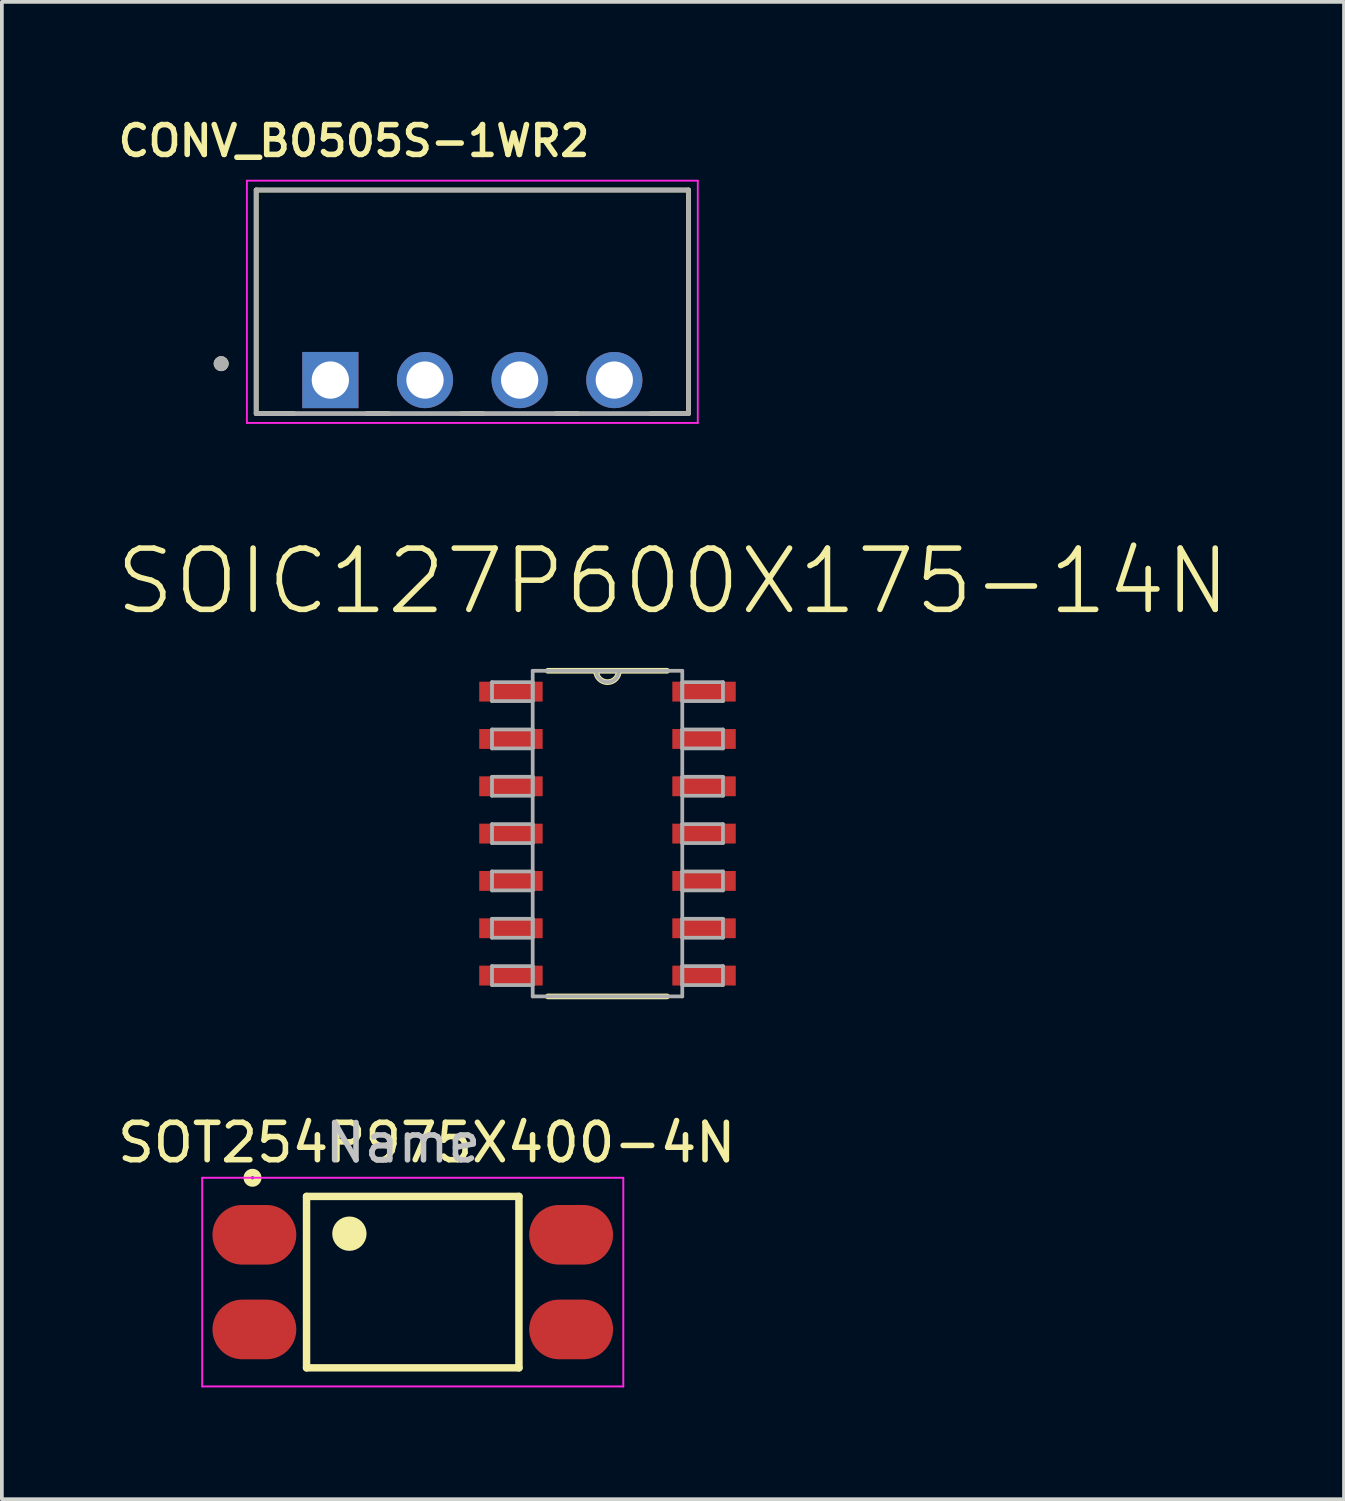
<source format=kicad_pcb>
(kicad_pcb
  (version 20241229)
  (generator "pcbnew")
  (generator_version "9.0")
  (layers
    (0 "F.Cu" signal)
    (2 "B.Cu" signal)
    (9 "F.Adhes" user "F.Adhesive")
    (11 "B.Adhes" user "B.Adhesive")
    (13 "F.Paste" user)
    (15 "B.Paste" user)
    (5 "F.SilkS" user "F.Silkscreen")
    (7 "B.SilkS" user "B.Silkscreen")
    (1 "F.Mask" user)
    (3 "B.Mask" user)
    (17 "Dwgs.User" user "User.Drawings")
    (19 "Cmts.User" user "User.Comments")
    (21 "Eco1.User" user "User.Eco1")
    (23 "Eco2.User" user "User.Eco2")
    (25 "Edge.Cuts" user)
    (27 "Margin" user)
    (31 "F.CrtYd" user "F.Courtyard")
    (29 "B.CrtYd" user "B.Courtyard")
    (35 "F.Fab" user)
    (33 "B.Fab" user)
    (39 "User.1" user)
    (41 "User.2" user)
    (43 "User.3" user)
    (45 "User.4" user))
  (footprint "CONV_B0505S-1WR2"
    (layer "F.Cu")
    (at 9.625 5.049)
    (property "Reference" "CONV_B0505S-1WR2" (at -3.175 -4.318 0) (layer "F.SilkS") (effects (font (size 0.8 0.8) (thickness 0.15))))
    (attr through_hole)
    (fp_line (start -5.8 -3) (end -5.8 3) (stroke (width 0.127) (type solid)) (layer "F.SilkS"))
    (fp_line (start -5.8 3) (end -4.785 3) (stroke (width 0.127) (type solid)) (layer "F.SilkS"))
    (fp_line (start -2.835 3) (end -2.245 3) (stroke (width 0.127) (type solid)) (layer "F.SilkS"))
    (fp_line (start -0.295 3) (end 0.295 3) (stroke (width 0.127) (type solid)) (layer "F.SilkS"))
    (fp_line (start 2.245 3) (end 2.835 3) (stroke (width 0.127) (type solid)) (layer "F.SilkS"))
    (fp_line (start 4.785 3) (end 5.8 3) (stroke (width 0.127) (type solid)) (layer "F.SilkS"))
    (fp_line (start 5.8 -3) (end -5.8 -3) (stroke (width 0.127) (type solid)) (layer "F.SilkS"))
    (fp_line (start 5.8 3) (end 5.8 -3) (stroke (width 0.127) (type solid)) (layer "F.SilkS"))
    (fp_circle (center -6.74 1.66) (end -6.64 1.66) (stroke (width 0.2) (type solid)) (fill no) (layer "F.SilkS"))
    (fp_line (start -6.05 -3.25) (end 6.05 -3.25) (stroke (width 0.05) (type solid)) (layer "F.CrtYd"))
    (fp_line (start -6.05 3.25) (end -6.05 -3.25) (stroke (width 0.05) (type solid)) (layer "F.CrtYd"))
    (fp_line (start 6.05 -3.25) (end 6.05 3.25) (stroke (width 0.05) (type solid)) (layer "F.CrtYd"))
    (fp_line (start 6.05 3.25) (end -6.05 3.25) (stroke (width 0.05) (type solid)) (layer "F.CrtYd"))
    (fp_line (start -5.8 -3) (end -5.8 3) (stroke (width 0.127) (type solid)) (layer "F.Fab"))
    (fp_line (start -5.8 3) (end 5.8 3) (stroke (width 0.127) (type solid)) (layer "F.Fab"))
    (fp_line (start 5.8 -3) (end -5.8 -3) (stroke (width 0.127) (type solid)) (layer "F.Fab"))
    (fp_line (start 5.8 3) (end 5.8 -3) (stroke (width 0.127) (type solid)) (layer "F.Fab"))
    (fp_circle (center -6.74 1.66) (end -6.64 1.66) (stroke (width 0.2) (type solid)) (fill no) (layer "F.Fab"))
    (pad "1" thru_hole rect (at -3.81 2.1) (size 1.508 1.508) (drill 1) (layers "*.Cu" "*.Mask"))
    (pad "2" thru_hole circle (at -1.27 2.1) (size 1.508 1.508) (drill 1) (layers "*.Cu" "*.Mask"))
    (pad "3" thru_hole circle (at 1.27 2.1) (size 1.508 1.508) (drill 1) (layers "*.Cu" "*.Mask"))
    (pad "4" thru_hole circle (at 3.81 2.1) (size 1.508 1.508) (drill 1) (layers "*.Cu" "*.Mask")))
  (footprint "SOT254P975X400-4N"
    (layer "F.Cu")
    (at 8.026 31.356)
    (property "Reference" "SOT254P975X400-4N" (at 0.376 -3.742 0) (layer "F.SilkS") (effects (font (size 1.002 1.002) (thickness 0.15))))
    (attr through_hole)
    (fp_line (start -2.85 -2.3) (end 2.85 -2.3) (stroke (width 0.2) (type solid)) (layer "F.SilkS"))
    (fp_line (start -2.85 2.3) (end -2.85 -2.3) (stroke (width 0.2) (type solid)) (layer "F.SilkS"))
    (fp_line (start 2.85 -2.3) (end 2.85 2.3) (stroke (width 0.2) (type solid)) (layer "F.SilkS"))
    (fp_line (start 2.85 2.3) (end -2.85 2.3) (stroke (width 0.2) (type solid)) (layer "F.SilkS"))
    (fp_circle (center -4.3 -2.8) (end -4.159 -2.8) (stroke (width 0.2) (type solid)) (fill no) (layer "F.SilkS"))
    (fp_circle (center -1.7 -1.3) (end -1.339 -1.3) (stroke (width 0.2) (type solid)) (fill no) (layer "F.SilkS"))
    (fp_poly (pts (xy -2.001 -1.6) (xy -1.4 -1.6) (xy -1.4 -1.001) (xy -2.001 -1.001)) (stroke (width 0.01) (type solid)) (fill yes) (layer "F.SilkS"))
    (fp_line (start -5.65 -2.8) (end 5.65 -2.8) (stroke (width 0.052) (type solid)) (layer "F.CrtYd"))
    (fp_line (start -5.65 2.8) (end -5.65 -2.8) (stroke (width 0.052) (type solid)) (layer "F.CrtYd"))
    (fp_line (start 5.65 -2.8) (end 5.65 2.8) (stroke (width 0.052) (type solid)) (layer "F.CrtYd"))
    (fp_line (start 5.65 2.8) (end -5.65 2.8) (stroke (width 0.052) (type solid)) (layer "F.CrtYd"))
    (fp_text user "Name" (at -0.26 -3.737 0) (layer "Dwgs.User") (effects (font (size 1.001 1.001) (thickness 0.15))))
    (pad "1" smd oval (at -4.25 -1.27) (size 2.25 1.6) (layers "F.Cu" "F.Mask" "F.Paste"))
    (pad "2" smd oval (at -4.25 1.27) (size 2.25 1.6) (layers "F.Cu" "F.Mask" "F.Paste"))
    (pad "3" smd oval (at 4.25 1.27) (size 2.25 1.6) (layers "F.Cu" "F.Mask" "F.Paste"))
    (pad "4" smd oval (at 4.25 -1.27) (size 2.25 1.6) (layers "F.Cu" "F.Mask" "F.Paste")))
  (footprint "SOIC127P600X175-14N"
    (layer "F.Cu")
    (at 13.252 19.32)
    (property "Reference" "SOIC127P600X175-14N" (at 1.756 -6.771 0) (layer "F.SilkS") (effects (font (size 1.643 1.643) (thickness 0.15))))
    (attr through_hole)
    (fp_line (start -1.6 4.369) (end 1.6 4.369) (stroke (width 0.152) (type solid)) (layer "F.SilkS"))
    (fp_line (start -0.305 -4.369) (end -1.6 -4.369) (stroke (width 0.152) (type solid)) (layer "F.SilkS"))
    (fp_line (start 0.305 -4.369) (end -0.305 -4.369) (stroke (width 0.152) (type solid)) (layer "F.SilkS"))
    (fp_line (start 1.6 -4.369) (end 0.305 -4.369) (stroke (width 0.152) (type solid)) (layer "F.SilkS"))
    (fp_arc (start 0.3048 -4.3688) (mid 0 -4.064) (end -0.3048 -4.3688) (stroke (width 0.1524) (type solid)) (layer "F.SilkS"))
    (fp_line (start -3.099 -4.064) (end -3.099 -3.556) (stroke (width 0.1) (type solid)) (layer "F.Fab"))
    (fp_line (start -3.099 -3.556) (end -2.007 -3.556) (stroke (width 0.1) (type solid)) (layer "F.Fab"))
    (fp_line (start -3.099 -2.794) (end -3.099 -2.286) (stroke (width 0.1) (type solid)) (layer "F.Fab"))
    (fp_line (start -3.099 -2.286) (end -2.007 -2.286) (stroke (width 0.1) (type solid)) (layer "F.Fab"))
    (fp_line (start -3.099 -1.524) (end -3.099 -1.016) (stroke (width 0.1) (type solid)) (layer "F.Fab"))
    (fp_line (start -3.099 -1.016) (end -2.007 -1.016) (stroke (width 0.1) (type solid)) (layer "F.Fab"))
    (fp_line (start -3.099 -0.254) (end -3.099 0.254) (stroke (width 0.1) (type solid)) (layer "F.Fab"))
    (fp_line (start -3.099 0.254) (end -2.007 0.254) (stroke (width 0.1) (type solid)) (layer "F.Fab"))
    (fp_line (start -3.099 1.016) (end -3.099 1.524) (stroke (width 0.1) (type solid)) (layer "F.Fab"))
    (fp_line (start -3.099 1.524) (end -2.007 1.524) (stroke (width 0.1) (type solid)) (layer "F.Fab"))
    (fp_line (start -3.099 2.286) (end -3.099 2.794) (stroke (width 0.1) (type solid)) (layer "F.Fab"))
    (fp_line (start -3.099 2.794) (end -2.007 2.794) (stroke (width 0.1) (type solid)) (layer "F.Fab"))
    (fp_line (start -3.099 3.556) (end -3.099 4.064) (stroke (width 0.1) (type solid)) (layer "F.Fab"))
    (fp_line (start -3.099 4.064) (end -2.007 4.064) (stroke (width 0.1) (type solid)) (layer "F.Fab"))
    (fp_line (start -2.007 -4.369) (end -2.007 4.369) (stroke (width 0.1) (type solid)) (layer "F.Fab"))
    (fp_line (start -2.007 -4.064) (end -3.099 -4.064) (stroke (width 0.1) (type solid)) (layer "F.Fab"))
    (fp_line (start -2.007 -3.556) (end -2.007 -4.064) (stroke (width 0.1) (type solid)) (layer "F.Fab"))
    (fp_line (start -2.007 -2.794) (end -3.099 -2.794) (stroke (width 0.1) (type solid)) (layer "F.Fab"))
    (fp_line (start -2.007 -2.286) (end -2.007 -2.794) (stroke (width 0.1) (type solid)) (layer "F.Fab"))
    (fp_line (start -2.007 -1.524) (end -3.099 -1.524) (stroke (width 0.1) (type solid)) (layer "F.Fab"))
    (fp_line (start -2.007 -1.016) (end -2.007 -1.524) (stroke (width 0.1) (type solid)) (layer "F.Fab"))
    (fp_line (start -2.007 -0.254) (end -3.099 -0.254) (stroke (width 0.1) (type solid)) (layer "F.Fab"))
    (fp_line (start -2.007 0.254) (end -2.007 -0.254) (stroke (width 0.1) (type solid)) (layer "F.Fab"))
    (fp_line (start -2.007 1.016) (end -3.099 1.016) (stroke (width 0.1) (type solid)) (layer "F.Fab"))
    (fp_line (start -2.007 1.524) (end -2.007 1.016) (stroke (width 0.1) (type solid)) (layer "F.Fab"))
    (fp_line (start -2.007 2.286) (end -3.099 2.286) (stroke (width 0.1) (type solid)) (layer "F.Fab"))
    (fp_line (start -2.007 2.794) (end -2.007 2.286) (stroke (width 0.1) (type solid)) (layer "F.Fab"))
    (fp_line (start -2.007 3.556) (end -3.099 3.556) (stroke (width 0.1) (type solid)) (layer "F.Fab"))
    (fp_line (start -2.007 4.064) (end -2.007 3.556) (stroke (width 0.1) (type solid)) (layer "F.Fab"))
    (fp_line (start -2.007 4.369) (end 2.007 4.369) (stroke (width 0.1) (type solid)) (layer "F.Fab"))
    (fp_line (start -0.305 -4.369) (end -2.007 -4.369) (stroke (width 0.1) (type solid)) (layer "F.Fab"))
    (fp_line (start 0.305 -4.369) (end -0.305 -4.369) (stroke (width 0.1) (type solid)) (layer "F.Fab"))
    (fp_line (start 2.007 -4.369) (end 0.305 -4.369) (stroke (width 0.1) (type solid)) (layer "F.Fab"))
    (fp_line (start 2.007 -4.064) (end 2.007 -3.556) (stroke (width 0.1) (type solid)) (layer "F.Fab"))
    (fp_line (start 2.007 -3.556) (end 3.099 -3.556) (stroke (width 0.1) (type solid)) (layer "F.Fab"))
    (fp_line (start 2.007 -2.794) (end 2.007 -2.286) (stroke (width 0.1) (type solid)) (layer "F.Fab"))
    (fp_line (start 2.007 -2.286) (end 3.099 -2.286) (stroke (width 0.1) (type solid)) (layer "F.Fab"))
    (fp_line (start 2.007 -1.524) (end 2.007 -1.016) (stroke (width 0.1) (type solid)) (layer "F.Fab"))
    (fp_line (start 2.007 -1.016) (end 3.099 -1.016) (stroke (width 0.1) (type solid)) (layer "F.Fab"))
    (fp_line (start 2.007 -0.254) (end 2.007 0.254) (stroke (width 0.1) (type solid)) (layer "F.Fab"))
    (fp_line (start 2.007 0.254) (end 3.099 0.254) (stroke (width 0.1) (type solid)) (layer "F.Fab"))
    (fp_line (start 2.007 1.016) (end 2.007 1.524) (stroke (width 0.1) (type solid)) (layer "F.Fab"))
    (fp_line (start 2.007 1.524) (end 3.099 1.524) (stroke (width 0.1) (type solid)) (layer "F.Fab"))
    (fp_line (start 2.007 2.286) (end 2.007 2.794) (stroke (width 0.1) (type solid)) (layer "F.Fab"))
    (fp_line (start 2.007 2.794) (end 3.099 2.794) (stroke (width 0.1) (type solid)) (layer "F.Fab"))
    (fp_line (start 2.007 3.556) (end 2.007 4.064) (stroke (width 0.1) (type solid)) (layer "F.Fab"))
    (fp_line (start 2.007 4.064) (end 3.099 4.064) (stroke (width 0.1) (type solid)) (layer "F.Fab"))
    (fp_line (start 2.007 4.369) (end 2.007 -4.369) (stroke (width 0.1) (type solid)) (layer "F.Fab"))
    (fp_line (start 3.099 -4.064) (end 2.007 -4.064) (stroke (width 0.1) (type solid)) (layer "F.Fab"))
    (fp_line (start 3.099 -3.556) (end 3.099 -4.064) (stroke (width 0.1) (type solid)) (layer "F.Fab"))
    (fp_line (start 3.099 -2.794) (end 2.007 -2.794) (stroke (width 0.1) (type solid)) (layer "F.Fab"))
    (fp_line (start 3.099 -2.286) (end 3.099 -2.794) (stroke (width 0.1) (type solid)) (layer "F.Fab"))
    (fp_line (start 3.099 -1.524) (end 2.007 -1.524) (stroke (width 0.1) (type solid)) (layer "F.Fab"))
    (fp_line (start 3.099 -1.016) (end 3.099 -1.524) (stroke (width 0.1) (type solid)) (layer "F.Fab"))
    (fp_line (start 3.099 -0.254) (end 2.007 -0.254) (stroke (width 0.1) (type solid)) (layer "F.Fab"))
    (fp_line (start 3.099 0.254) (end 3.099 -0.254) (stroke (width 0.1) (type solid)) (layer "F.Fab"))
    (fp_line (start 3.099 1.016) (end 2.007 1.016) (stroke (width 0.1) (type solid)) (layer "F.Fab"))
    (fp_line (start 3.099 1.524) (end 3.099 1.016) (stroke (width 0.1) (type solid)) (layer "F.Fab"))
    (fp_line (start 3.099 2.286) (end 2.007 2.286) (stroke (width 0.1) (type solid)) (layer "F.Fab"))
    (fp_line (start 3.099 2.794) (end 3.099 2.286) (stroke (width 0.1) (type solid)) (layer "F.Fab"))
    (fp_line (start 3.099 3.556) (end 2.007 3.556) (stroke (width 0.1) (type solid)) (layer "F.Fab"))
    (fp_line (start 3.099 4.064) (end 3.099 3.556) (stroke (width 0.1) (type solid)) (layer "F.Fab"))
    (fp_arc (start 0.3048 -4.3688) (mid 0 -4.064) (end -0.3048 -4.3688) (stroke (width 0.1) (type solid)) (layer "F.Fab"))
    (pad "1" smd rect (at -2.591 -3.81) (size 1.702 0.533) (layers "F.Cu" "F.Mask" "F.Paste"))
    (pad "2" smd rect (at -2.591 -2.54) (size 1.702 0.533) (layers "F.Cu" "F.Mask" "F.Paste"))
    (pad "3" smd rect (at -2.591 -1.27) (size 1.702 0.533) (layers "F.Cu" "F.Mask" "F.Paste"))
    (pad "4" smd rect (at -2.591 0) (size 1.702 0.533) (layers "F.Cu" "F.Mask" "F.Paste"))
    (pad "5" smd rect (at -2.591 1.27) (size 1.702 0.533) (layers "F.Cu" "F.Mask" "F.Paste"))
    (pad "6" smd rect (at -2.591 2.54) (size 1.702 0.533) (layers "F.Cu" "F.Mask" "F.Paste"))
    (pad "7" smd rect (at -2.591 3.81) (size 1.702 0.533) (layers "F.Cu" "F.Mask" "F.Paste"))
    (pad "8" smd rect (at 2.591 3.81) (size 1.702 0.533) (layers "F.Cu" "F.Mask" "F.Paste"))
    (pad "9" smd rect (at 2.591 2.54) (size 1.702 0.533) (layers "F.Cu" "F.Mask" "F.Paste"))
    (pad "10" smd rect (at 2.591 1.27) (size 1.702 0.533) (layers "F.Cu" "F.Mask" "F.Paste"))
    (pad "11" smd rect (at 2.591 0) (size 1.702 0.533) (layers "F.Cu" "F.Mask" "F.Paste"))
    (pad "12" smd rect (at 2.591 -1.27) (size 1.702 0.533) (layers "F.Cu" "F.Mask" "F.Paste"))
    (pad "13" smd rect (at 2.591 -2.54) (size 1.702 0.533) (layers "F.Cu" "F.Mask" "F.Paste"))
    (pad "14" smd rect (at 2.591 -3.81) (size 1.702 0.533) (layers "F.Cu" "F.Mask" "F.Paste")))
  (gr_rect
    (start -3 -3)
    (end 33.017 37.182)
    (stroke (width 0.1) (type default))
    (fill no)
    (layer "Edge.Cuts")))
</source>
